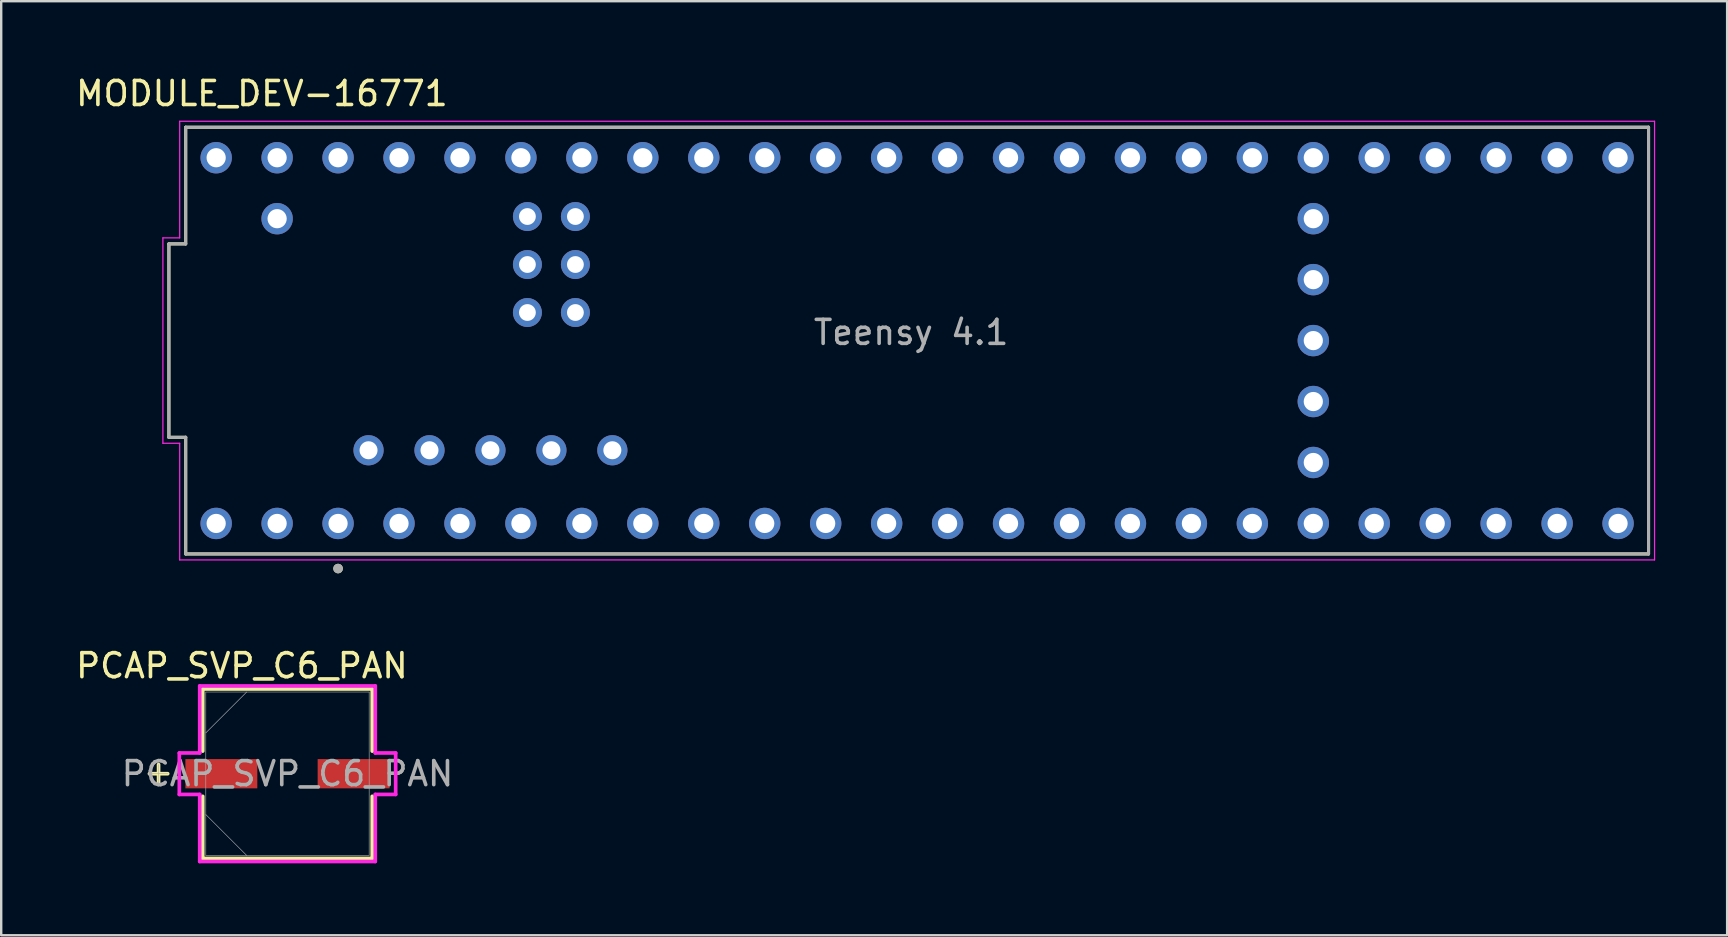
<source format=kicad_pcb>
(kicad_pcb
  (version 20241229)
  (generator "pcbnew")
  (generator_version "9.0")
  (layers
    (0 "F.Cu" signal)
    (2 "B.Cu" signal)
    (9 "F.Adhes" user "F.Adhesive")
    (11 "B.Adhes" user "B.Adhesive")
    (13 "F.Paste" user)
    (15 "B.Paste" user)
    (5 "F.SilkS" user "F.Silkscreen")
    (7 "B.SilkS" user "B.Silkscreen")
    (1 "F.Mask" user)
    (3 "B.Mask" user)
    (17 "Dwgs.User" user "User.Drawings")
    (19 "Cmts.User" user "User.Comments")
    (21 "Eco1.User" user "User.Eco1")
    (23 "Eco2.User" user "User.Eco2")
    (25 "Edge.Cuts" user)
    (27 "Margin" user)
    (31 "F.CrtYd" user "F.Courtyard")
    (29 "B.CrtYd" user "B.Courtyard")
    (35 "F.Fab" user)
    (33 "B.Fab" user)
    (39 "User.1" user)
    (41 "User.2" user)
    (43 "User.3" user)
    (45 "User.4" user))
  (footprint "MODULE_DEV-16771"
    (layer "F.Cu")
    (at 35.168 11.143)
    (property "Reference" "MODULE_DEV-16771" (at -27.305 -10.295 0) (layer "F.SilkS") (effects (font (size 1 1) (thickness 0.15))))
    (attr through_hole)
    (fp_line (start -31.18 4.03) (end -31.18 -4.03) (stroke (width 0.127) (type solid)) (layer "F.SilkS"))
    (fp_line (start -30.48 -8.89) (end -30.48 -4.03) (stroke (width 0.127) (type solid)) (layer "F.SilkS"))
    (fp_line (start -30.48 -8.89) (end 30.48 -8.89) (stroke (width 0.127) (type solid)) (layer "F.SilkS"))
    (fp_line (start -30.48 -4.03) (end -31.18 -4.03) (stroke (width 0.127) (type solid)) (layer "F.SilkS"))
    (fp_line (start -30.48 4.03) (end -31.18 4.03) (stroke (width 0.127) (type solid)) (layer "F.SilkS"))
    (fp_line (start -30.48 8.89) (end -30.48 4.03) (stroke (width 0.127) (type solid)) (layer "F.SilkS"))
    (fp_line (start 30.48 -8.89) (end 30.48 8.89) (stroke (width 0.127) (type solid)) (layer "F.SilkS"))
    (fp_line (start 30.48 8.89) (end -30.48 8.89) (stroke (width 0.127) (type solid)) (layer "F.SilkS"))
    (fp_circle (center -24.13 9.5) (end -24.03 9.5) (stroke (width 0.2) (type solid)) (fill no) (layer "F.SilkS"))
    (fp_line (start -31.43 4.28) (end -31.43 -4.28) (stroke (width 0.05) (type solid)) (layer "F.CrtYd"))
    (fp_line (start -30.73 -9.14) (end -30.73 -4.28) (stroke (width 0.05) (type solid)) (layer "F.CrtYd"))
    (fp_line (start -30.73 -9.14) (end 30.73 -9.14) (stroke (width 0.05) (type solid)) (layer "F.CrtYd"))
    (fp_line (start -30.73 -4.28) (end -31.43 -4.28) (stroke (width 0.05) (type solid)) (layer "F.CrtYd"))
    (fp_line (start -30.73 4.28) (end -31.43 4.28) (stroke (width 0.05) (type solid)) (layer "F.CrtYd"))
    (fp_line (start -30.73 9.14) (end -30.73 4.28) (stroke (width 0.05) (type solid)) (layer "F.CrtYd"))
    (fp_line (start 30.73 -9.14) (end 30.73 9.14) (stroke (width 0.05) (type solid)) (layer "F.CrtYd"))
    (fp_line (start 30.73 9.14) (end -30.73 9.14) (stroke (width 0.05) (type solid)) (layer "F.CrtYd"))
    (fp_line (start -31.18 4.03) (end -31.18 -4.03) (stroke (width 0.127) (type solid)) (layer "F.Fab"))
    (fp_line (start -30.48 -8.89) (end -30.48 -4.03) (stroke (width 0.127) (type solid)) (layer "F.Fab"))
    (fp_line (start -30.48 -8.89) (end 30.48 -8.89) (stroke (width 0.127) (type solid)) (layer "F.Fab"))
    (fp_line (start -30.48 -4.03) (end -31.18 -4.03) (stroke (width 0.127) (type solid)) (layer "F.Fab"))
    (fp_line (start -30.48 4.03) (end -31.18 4.03) (stroke (width 0.127) (type solid)) (layer "F.Fab"))
    (fp_line (start -30.48 8.89) (end -30.48 4.03) (stroke (width 0.127) (type solid)) (layer "F.Fab"))
    (fp_line (start 30.48 -8.89) (end 30.48 8.89) (stroke (width 0.127) (type solid)) (layer "F.Fab"))
    (fp_line (start 30.48 8.89) (end -30.48 8.89) (stroke (width 0.127) (type solid)) (layer "F.Fab"))
    (fp_circle (center -24.13 9.5) (end -24.03 9.5) (stroke (width 0.2) (type solid)) (fill no) (layer "F.Fab"))
    (fp_text user "Teensy 4.1" (at -0.25 -0.34 0) (layer "F.Fab") (effects (font (size 1 1) (thickness 0.15))))
    (pad "0" thru_hole circle (at -26.67 7.62) (size 1.308 1.308) (drill 0.8) (layers "*.Cu" "*.Mask"))
    (pad "1" thru_hole circle (at -24.13 7.62) (size 1.308 1.308) (drill 0.8) (layers "*.Cu" "*.Mask"))
    (pad "2" thru_hole circle (at -21.59 7.62) (size 1.308 1.308) (drill 0.8) (layers "*.Cu" "*.Mask"))
    (pad "3" thru_hole circle (at -19.05 7.62) (size 1.308 1.308) (drill 0.8) (layers "*.Cu" "*.Mask"))
    (pad "3.3V_1" thru_hole circle (at 6.35 7.62) (size 1.308 1.308) (drill 0.8) (layers "*.Cu" "*.Mask"))
    (pad "3.3V_2" thru_hole circle (at -24.13 -7.62) (size 1.308 1.308) (drill 0.8) (layers "*.Cu" "*.Mask"))
    (pad "3.3V_3" thru_hole circle (at 16.51 2.54) (size 1.308 1.308) (drill 0.8) (layers "*.Cu" "*.Mask"))
    (pad "4" thru_hole circle (at -16.51 7.62) (size 1.308 1.308) (drill 0.8) (layers "*.Cu" "*.Mask"))
    (pad "5" thru_hole circle (at -13.97 7.62) (size 1.308 1.308) (drill 0.8) (layers "*.Cu" "*.Mask"))
    (pad "5V" thru_hole circle (at -22.86 4.57) (size 1.258 1.258) (drill 0.75) (layers "*.Cu" "*.Mask"))
    (pad "6" thru_hole circle (at -11.43 7.62) (size 1.308 1.308) (drill 0.8) (layers "*.Cu" "*.Mask"))
    (pad "7" thru_hole circle (at -8.89 7.62) (size 1.308 1.308) (drill 0.8) (layers "*.Cu" "*.Mask"))
    (pad "8" thru_hole circle (at -6.35 7.62) (size 1.308 1.308) (drill 0.8) (layers "*.Cu" "*.Mask"))
    (pad "9" thru_hole circle (at -3.81 7.62) (size 1.308 1.308) (drill 0.8) (layers "*.Cu" "*.Mask"))
    (pad "10" thru_hole circle (at -1.27 7.62) (size 1.308 1.308) (drill 0.8) (layers "*.Cu" "*.Mask"))
    (pad "11" thru_hole circle (at 1.27 7.62) (size 1.308 1.308) (drill 0.8) (layers "*.Cu" "*.Mask"))
    (pad "12" thru_hole circle (at 3.81 7.62) (size 1.308 1.308) (drill 0.8) (layers "*.Cu" "*.Mask"))
    (pad "13" thru_hole circle (at 3.81 -7.62) (size 1.308 1.308) (drill 0.8) (layers "*.Cu" "*.Mask"))
    (pad "14" thru_hole circle (at 1.27 -7.62) (size 1.308 1.308) (drill 0.8) (layers "*.Cu" "*.Mask"))
    (pad "15" thru_hole circle (at -1.27 -7.62) (size 1.308 1.308) (drill 0.8) (layers "*.Cu" "*.Mask"))
    (pad "16" thru_hole circle (at -3.81 -7.62) (size 1.308 1.308) (drill 0.8) (layers "*.Cu" "*.Mask"))
    (pad "17" thru_hole circle (at -6.35 -7.62) (size 1.308 1.308) (drill 0.8) (layers "*.Cu" "*.Mask"))
    (pad "18" thru_hole circle (at -8.89 -7.62) (size 1.308 1.308) (drill 0.8) (layers "*.Cu" "*.Mask"))
    (pad "19" thru_hole circle (at -11.43 -7.62) (size 1.308 1.308) (drill 0.8) (layers "*.Cu" "*.Mask"))
    (pad "20" thru_hole circle (at -13.97 -7.62) (size 1.308 1.308) (drill 0.8) (layers "*.Cu" "*.Mask"))
    (pad "21" thru_hole circle (at -16.51 -7.62) (size 1.308 1.308) (drill 0.8) (layers "*.Cu" "*.Mask"))
    (pad "22" thru_hole circle (at -19.05 -7.62) (size 1.308 1.308) (drill 0.8) (layers "*.Cu" "*.Mask"))
    (pad "23" thru_hole circle (at -21.59 -7.62) (size 1.308 1.308) (drill 0.8) (layers "*.Cu" "*.Mask"))
    (pad "24" thru_hole circle (at 8.89 7.62) (size 1.308 1.308) (drill 0.8) (layers "*.Cu" "*.Mask"))
    (pad "25" thru_hole circle (at 11.43 7.62) (size 1.308 1.308) (drill 0.8) (layers "*.Cu" "*.Mask"))
    (pad "26" thru_hole circle (at 13.97 7.62) (size 1.308 1.308) (drill 0.8) (layers "*.Cu" "*.Mask"))
    (pad "27" thru_hole circle (at 16.51 7.62) (size 1.308 1.308) (drill 0.8) (layers "*.Cu" "*.Mask"))
    (pad "28" thru_hole circle (at 19.05 7.62) (size 1.308 1.308) (drill 0.8) (layers "*.Cu" "*.Mask"))
    (pad "29" thru_hole circle (at 21.59 7.62) (size 1.308 1.308) (drill 0.8) (layers "*.Cu" "*.Mask"))
    (pad "30" thru_hole circle (at 24.13 7.62) (size 1.308 1.308) (drill 0.8) (layers "*.Cu" "*.Mask"))
    (pad "31" thru_hole circle (at 26.67 7.62) (size 1.308 1.308) (drill 0.8) (layers "*.Cu" "*.Mask"))
    (pad "32" thru_hole circle (at 29.21 7.62) (size 1.308 1.308) (drill 0.8) (layers "*.Cu" "*.Mask"))
    (pad "33" thru_hole circle (at 29.21 -7.62) (size 1.308 1.308) (drill 0.8) (layers "*.Cu" "*.Mask"))
    (pad "34" thru_hole circle (at 26.67 -7.62) (size 1.308 1.308) (drill 0.8) (layers "*.Cu" "*.Mask"))
    (pad "35" thru_hole circle (at 24.13 -7.62) (size 1.308 1.308) (drill 0.8) (layers "*.Cu" "*.Mask"))
    (pad "36" thru_hole circle (at 21.59 -7.62) (size 1.308 1.308) (drill 0.8) (layers "*.Cu" "*.Mask"))
    (pad "37" thru_hole circle (at 19.05 -7.62) (size 1.308 1.308) (drill 0.8) (layers "*.Cu" "*.Mask"))
    (pad "38" thru_hole circle (at 16.51 -7.62) (size 1.308 1.308) (drill 0.8) (layers "*.Cu" "*.Mask"))
    (pad "39" thru_hole circle (at 13.97 -7.62) (size 1.308 1.308) (drill 0.8) (layers "*.Cu" "*.Mask"))
    (pad "40" thru_hole circle (at 11.43 -7.62) (size 1.308 1.308) (drill 0.8) (layers "*.Cu" "*.Mask"))
    (pad "41" thru_hole circle (at 8.89 -7.62) (size 1.308 1.308) (drill 0.8) (layers "*.Cu" "*.Mask"))
    (pad "D+" thru_hole circle (at -17.78 4.57) (size 1.258 1.258) (drill 0.75) (layers "*.Cu" "*.Mask"))
    (pad "D-" thru_hole circle (at -20.32 4.57) (size 1.258 1.258) (drill 0.75) (layers "*.Cu" "*.Mask"))
    (pad "GND1" thru_hole circle (at -29.21 7.62) (size 1.308 1.308) (drill 0.8) (layers "*.Cu" "*.Mask"))
    (pad "GND2" thru_hole circle (at 6.35 -7.62) (size 1.308 1.308) (drill 0.8) (layers "*.Cu" "*.Mask"))
    (pad "GND3" thru_hole circle (at -26.67 -7.62) (size 1.308 1.308) (drill 0.8) (layers "*.Cu" "*.Mask"))
    (pad "GND4" thru_hole circle (at 16.51 0) (size 1.308 1.308) (drill 0.8) (layers "*.Cu" "*.Mask"))
    (pad "GND5" thru_hole circle (at -14.24 -3.17) (size 1.208 1.208) (drill 0.7) (layers "*.Cu" "*.Mask"))
    (pad "LED" thru_hole circle (at -16.24 -3.17) (size 1.208 1.208) (drill 0.7) (layers "*.Cu" "*.Mask"))
    (pad "ON/OFF" thru_hole circle (at 16.51 -5.08) (size 1.308 1.308) (drill 0.8) (layers "*.Cu" "*.Mask"))
    (pad "PROGRAM" thru_hole circle (at 16.51 -2.54) (size 1.308 1.308) (drill 0.8) (layers "*.Cu" "*.Mask"))
    (pad "R+" thru_hole circle (at -16.24 -5.17) (size 1.208 1.208) (drill 0.7) (layers "*.Cu" "*.Mask"))
    (pad "R-" thru_hole circle (at -14.24 -5.17) (size 1.208 1.208) (drill 0.7) (layers "*.Cu" "*.Mask"))
    (pad "T+" thru_hole circle (at -14.24 -1.17) (size 1.208 1.208) (drill 0.7) (layers "*.Cu" "*.Mask"))
    (pad "T-" thru_hole circle (at -16.24 -1.17) (size 1.208 1.208) (drill 0.7) (layers "*.Cu" "*.Mask"))
    (pad "USB_GND1" thru_hole circle (at -15.24 4.57) (size 1.258 1.258) (drill 0.75) (layers "*.Cu" "*.Mask"))
    (pad "USB_GND2" thru_hole circle (at -12.7 4.57) (size 1.258 1.258) (drill 0.75) (layers "*.Cu" "*.Mask"))
    (pad "VBAT" thru_hole circle (at 16.51 5.08) (size 1.308 1.308) (drill 0.8) (layers "*.Cu" "*.Mask"))
    (pad "VIN" thru_hole circle (at -29.21 -7.62) (size 1.308 1.308) (drill 0.8) (layers "*.Cu" "*.Mask"))
    (pad "VUSB" thru_hole circle (at -26.67 -5.08) (size 1.308 1.308) (drill 0.8) (layers "*.Cu" "*.Mask")))
  (footprint "PCAP_SVP_C6_PAN"
    (layer "F.Cu")
    (at 8.93 29.192)
    (property "Reference" "PCAP_SVP_C6_PAN" (at -1.9 -4.5 0) (unlocked yes) (layer "F.SilkS") (effects (font (size 1 1) (thickness 0.15))))
    (attr smd)
    (fp_line (start -5.372 -0.381) (end -5.372 0.381) (stroke (width 0.152) (type solid)) (layer "F.SilkS"))
    (fp_line (start -4.991 0) (end -5.753 0) (stroke (width 0.152) (type solid)) (layer "F.SilkS"))
    (fp_line (start -3.531 -3.531) (end -3.531 -0.942) (stroke (width 0.152) (type solid)) (layer "F.SilkS"))
    (fp_line (start -3.531 0.942) (end -3.531 3.531) (stroke (width 0.152) (type solid)) (layer "F.SilkS"))
    (fp_line (start -3.531 3.531) (end 3.531 3.531) (stroke (width 0.152) (type solid)) (layer "F.SilkS"))
    (fp_line (start 3.531 -3.531) (end -3.531 -3.531) (stroke (width 0.152) (type solid)) (layer "F.SilkS"))
    (fp_line (start 3.531 -0.942) (end 3.531 -3.531) (stroke (width 0.152) (type solid)) (layer "F.SilkS"))
    (fp_line (start 3.531 3.531) (end 3.531 0.942) (stroke (width 0.152) (type solid)) (layer "F.SilkS"))
    (fp_line (start -4.508 -0.864) (end -3.658 -0.864) (stroke (width 0.152) (type solid)) (layer "F.CrtYd"))
    (fp_line (start -4.508 0.864) (end -4.508 -0.864) (stroke (width 0.152) (type solid)) (layer "F.CrtYd"))
    (fp_line (start -3.658 -3.658) (end 3.658 -3.658) (stroke (width 0.152) (type solid)) (layer "F.CrtYd"))
    (fp_line (start -3.658 -0.864) (end -3.658 -3.658) (stroke (width 0.152) (type solid)) (layer "F.CrtYd"))
    (fp_line (start -3.658 0.864) (end -4.508 0.864) (stroke (width 0.152) (type solid)) (layer "F.CrtYd"))
    (fp_line (start -3.658 3.658) (end -3.658 0.864) (stroke (width 0.152) (type solid)) (layer "F.CrtYd"))
    (fp_line (start 3.658 -3.658) (end 3.658 -0.864) (stroke (width 0.152) (type solid)) (layer "F.CrtYd"))
    (fp_line (start 3.658 -0.864) (end 4.508 -0.864) (stroke (width 0.152) (type solid)) (layer "F.CrtYd"))
    (fp_line (start 3.658 0.864) (end 3.658 3.658) (stroke (width 0.152) (type solid)) (layer "F.CrtYd"))
    (fp_line (start 3.658 3.658) (end -3.658 3.658) (stroke (width 0.152) (type solid)) (layer "F.CrtYd"))
    (fp_line (start 4.508 -0.864) (end 4.508 0.864) (stroke (width 0.152) (type solid)) (layer "F.CrtYd"))
    (fp_line (start 4.508 0.864) (end 3.658 0.864) (stroke (width 0.152) (type solid)) (layer "F.CrtYd"))
    (fp_line (start -5.372 -0.381) (end -5.372 0.381) (stroke (width 0.025) (type solid)) (layer "F.Fab"))
    (fp_line (start -4.991 0) (end -5.753 0) (stroke (width 0.025) (type solid)) (layer "F.Fab"))
    (fp_line (start -3.404 -3.404) (end -3.404 3.404) (stroke (width 0.025) (type solid)) (layer "F.Fab"))
    (fp_line (start -3.404 -1.702) (end -1.702 -3.404) (stroke (width 0.025) (type solid)) (layer "F.Fab"))
    (fp_line (start -3.404 1.702) (end -1.702 3.404) (stroke (width 0.025) (type solid)) (layer "F.Fab"))
    (fp_line (start -3.404 3.404) (end 3.404 3.404) (stroke (width 0.025) (type solid)) (layer "F.Fab"))
    (fp_line (start 3.404 -3.404) (end -3.404 -3.404) (stroke (width 0.025) (type solid)) (layer "F.Fab"))
    (fp_line (start 3.404 3.404) (end 3.404 -3.404) (stroke (width 0.025) (type solid)) (layer "F.Fab"))
    (fp_text user "${REFERENCE}" (at 0 0 0) (unlocked yes) (layer "F.Fab") (effects (font (size 1 1) (thickness 0.15))))
    (pad "1" smd rect (at -2.756 0) (size 2.997 1.219) (layers "F.Cu" "F.Mask" "F.Paste"))
    (pad "2" smd rect (at 2.756 0) (size 2.997 1.219) (layers "F.Cu" "F.Mask" "F.Paste"))
    (zone (net_name "") (layer "F.Cu") (hatch full 0.508) (connect_pads) (min_thickness 0.254) (filled_areas_thickness no) (keepout (tracks not_allowed) (vias not_allowed) (pads allowed) (copperpour not_allowed) (footprints allowed)) (placement (enabled no)) (fill) (polygon (pts (xy 5.577 25.839) (xy 12.283 25.839) (xy 12.283 28.531) (xy 5.577 28.531))))
    (zone (net_name "") (layer "F.Cu") (hatch full 0.508) (connect_pads) (min_thickness 0.254) (filled_areas_thickness no) (keepout (tracks not_allowed) (vias not_allowed) (pads allowed) (copperpour not_allowed) (footprints allowed)) (placement (enabled no)) (fill) (polygon (pts (xy 5.577 29.852) (xy 12.283 29.852) (xy 12.283 32.544) (xy 5.577 32.544))))
    (zone (net_name "") (layer "F.Cu") (hatch full 0.508) (connect_pads) (min_thickness 0.254) (filled_areas_thickness no) (keepout (tracks not_allowed) (vias not_allowed) (pads allowed) (copperpour not_allowed) (footprints allowed)) (placement (enabled no)) (fill) (polygon (pts (xy 7.723 28.531) (xy 10.136 28.531) (xy 10.136 29.852) (xy 7.723 29.852)))))
  (gr_rect
    (start -3 -3)
    (end 68.923 35.925)
    (stroke (width 0.1) (type default))
    (fill no)
    (layer "Edge.Cuts")))
</source>
